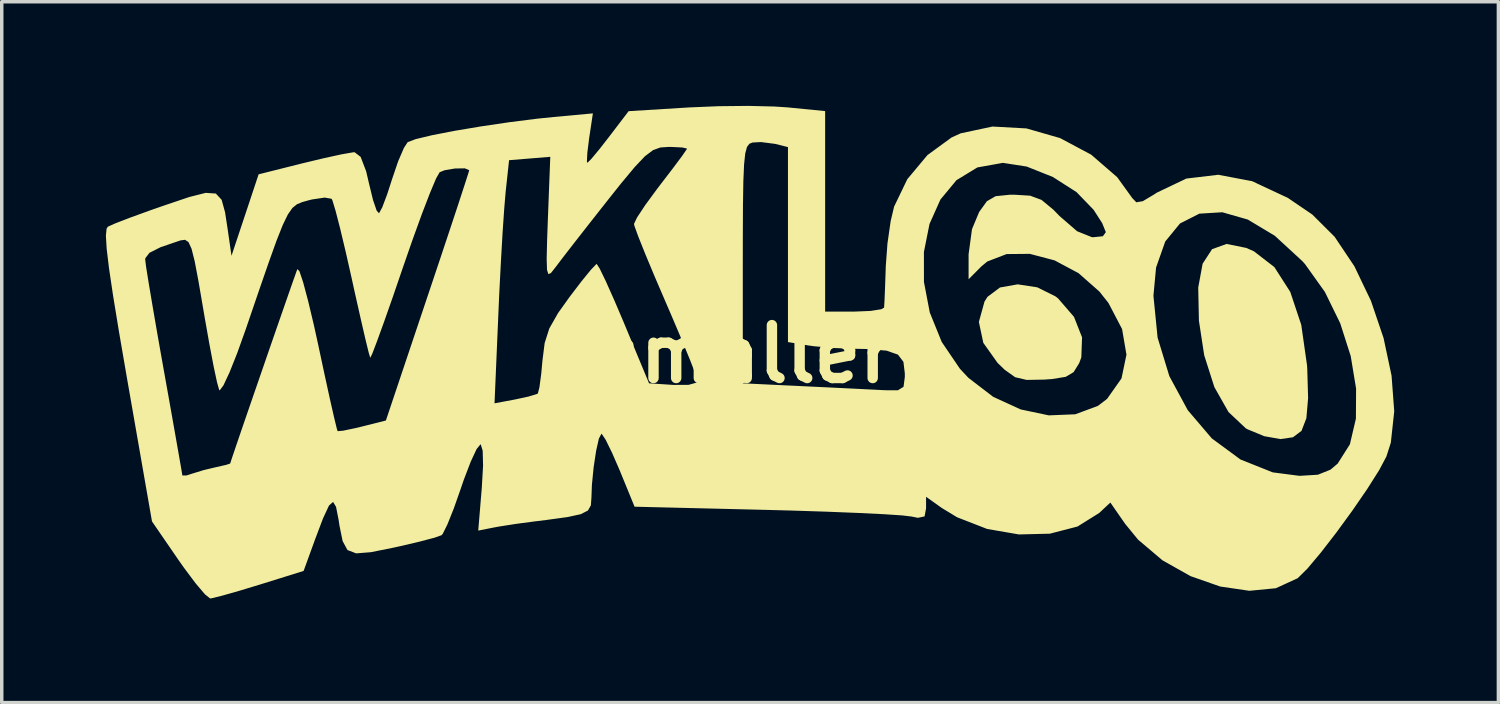
<source format=kicad_pcb>
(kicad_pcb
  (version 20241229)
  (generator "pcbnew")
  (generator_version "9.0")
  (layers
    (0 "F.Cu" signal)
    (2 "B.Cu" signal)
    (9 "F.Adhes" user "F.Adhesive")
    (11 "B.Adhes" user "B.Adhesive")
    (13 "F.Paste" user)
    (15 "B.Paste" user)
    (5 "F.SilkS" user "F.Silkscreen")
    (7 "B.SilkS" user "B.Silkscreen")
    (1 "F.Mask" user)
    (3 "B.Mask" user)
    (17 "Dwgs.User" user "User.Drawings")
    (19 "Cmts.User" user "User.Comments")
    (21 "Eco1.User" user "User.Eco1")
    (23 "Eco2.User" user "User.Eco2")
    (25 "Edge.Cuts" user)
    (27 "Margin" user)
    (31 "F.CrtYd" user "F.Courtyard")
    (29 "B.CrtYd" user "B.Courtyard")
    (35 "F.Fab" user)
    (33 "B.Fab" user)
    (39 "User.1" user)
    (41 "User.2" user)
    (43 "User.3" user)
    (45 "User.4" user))
  (footprint "smaller"
    (layer "F.Cu")
    (at 18.422 7.149)
    (property "Reference" "smaller" (at 0 0 0) (layer "F.SilkS") (effects (font (size 1.524 1.524) (thickness 0.3))))
    (attr board_only exclude_from_pos_files exclude_from_bom)
    (fp_poly (pts (xy 8.405 -1.923) (xy 8.928 -1.663) (xy 9.006 -1.602) (xy 9.463 -1.072) (xy 9.695 -0.482) (xy 9.674 0.094) (xy 9.611 0.263) (xy 9.452 0.519) (xy 9.225 0.655) (xy 8.83 0.719) (xy 8.599 0.735) (xy 8.1 0.744) (xy 7.768 0.666) (xy 7.468 0.453) (xy 7.261 0.253) (xy 6.851 -0.324) (xy 6.723 -0.926) (xy 6.885 -1.512) (xy 6.971 -1.649) (xy 7.33 -1.918) (xy 7.84 -2.009)) (stroke (width 0) (type solid)) (fill yes) (layer "F.SilkS"))
    (fp_poly (pts (xy 14.425 -3.058) (xy 14.645 -2.961) (xy 15.234 -2.506) (xy 15.692 -1.792) (xy 16.009 -0.842) (xy 16.175 0.322) (xy 16.182 0.433) (xy 16.206 1.27) (xy 16.156 1.849) (xy 16.016 2.211) (xy 15.77 2.396) (xy 15.411 2.448) (xy 14.942 2.365) (xy 14.456 2.164) (xy 14.411 2.138) (xy 13.913 1.669) (xy 13.506 0.951) (xy 13.213 0.033) (xy 13.061 -0.962) (xy 13.041 -1.917) (xy 13.168 -2.604) (xy 13.44 -3.022) (xy 13.859 -3.173)) (stroke (width 0) (type solid)) (fill yes) (layer "F.SilkS"))
    (fp_poly (pts (xy 0.834 -7.131) (xy 1.213 -7.106) (xy 2.295 -6.999) (xy 2.295 -1.224) (xy 3.137 -1.224) (xy 3.601 -1.243) (xy 3.913 -1.292) (xy 3.993 -1.339) (xy 4.005 -1.539) (xy 4.022 -1.957) (xy 4.041 -2.503) (xy 4.041 -2.525) (xy 4.072 -2.941) (xy 5.14 -2.941) (xy 5.141 -2.077) (xy 5.309 -1.198) (xy 5.653 -0.35) (xy 6.178 0.424) (xy 6.424 0.686) (xy 7.135 1.231) (xy 7.927 1.594) (xy 8.737 1.765) (xy 9.5 1.734) (xy 10.152 1.492) (xy 10.415 1.291) (xy 10.831 0.701) (xy 10.974 0.017) (xy 10.848 -0.721) (xy 10.455 -1.473) (xy 10.29 -1.681) (xy 11.751 -1.681) (xy 11.871 -0.474) (xy 12.21 0.637) (xy 12.74 1.616) (xy 13.432 2.428) (xy 14.258 3.036) (xy 15.188 3.407) (xy 15.958 3.507) (xy 16.487 3.475) (xy 16.849 3.33) (xy 17.058 3.154) (xy 17.41 2.598) (xy 17.583 1.859) (xy 17.588 0.993) (xy 17.434 0.059) (xy 17.131 -0.888) (xy 16.69 -1.789) (xy 16.121 -2.587) (xy 16.039 -2.679) (xy 15.246 -3.409) (xy 14.469 -3.875) (xy 13.735 -4.085) (xy 13.074 -4.045) (xy 12.516 -3.762) (xy 12.091 -3.243) (xy 11.827 -2.494) (xy 11.751 -1.681) (xy 10.29 -1.681) (xy 10.199 -1.797) (xy 9.595 -2.33) (xy 8.904 -2.699) (xy 8.19 -2.887) (xy 7.522 -2.881) (xy 6.966 -2.667) (xy 6.802 -2.532) (xy 6.427 -2.156) (xy 6.427 -2.876) (xy 6.525 -3.599) (xy 6.731 -4.093) (xy 6.954 -4.403) (xy 7.205 -4.548) (xy 7.607 -4.589) (xy 7.749 -4.59) (xy 8.199 -4.563) (xy 8.528 -4.441) (xy 8.864 -4.164) (xy 9.045 -3.978) (xy 9.553 -3.538) (xy 9.977 -3.368) (xy 10.016 -3.366) (xy 10.294 -3.394) (xy 10.38 -3.512) (xy 10.275 -3.772) (xy 10.028 -4.156) (xy 9.536 -4.665) (xy 8.855 -5.101) (xy 8.1 -5.402) (xy 7.414 -5.508) (xy 6.679 -5.376) (xy 6.078 -5.009) (xy 5.616 -4.452) (xy 5.301 -3.748) (xy 5.14 -2.941) (xy 4.072 -2.941) (xy 4.09 -3.185) (xy 4.182 -3.828) (xy 4.281 -4.247) (xy 4.662 -5.038) (xy 5.241 -5.731) (xy 5.936 -6.239) (xy 6.2 -6.359) (xy 7.115 -6.554) (xy 8.094 -6.5) (xy 9.064 -6.221) (xy 9.958 -5.744) (xy 10.707 -5.096) (xy 11.142 -4.493) (xy 11.258 -4.372) (xy 11.445 -4.404) (xy 11.782 -4.605) (xy 11.849 -4.65) (xy 12.7 -5.056) (xy 13.618 -5.165) (xy 14.594 -4.98) (xy 15.621 -4.5) (xy 16.328 -4.019) (xy 16.969 -3.38) (xy 17.539 -2.53) (xy 18.016 -1.534) (xy 18.38 -0.461) (xy 18.61 0.622) (xy 18.687 1.648) (xy 18.589 2.551) (xy 18.461 2.95) (xy 18.255 3.339) (xy 17.914 3.878) (xy 17.487 4.5) (xy 17.023 5.136) (xy 16.573 5.718) (xy 16.185 6.18) (xy 15.91 6.452) (xy 15.905 6.456) (xy 15.278 6.744) (xy 14.514 6.818) (xy 13.675 6.695) (xy 12.82 6.396) (xy 12.011 5.94) (xy 11.309 5.345) (xy 10.937 4.891) (xy 10.51 4.276) (xy 10.19 4.576) (xy 9.564 4.967) (xy 8.768 5.173) (xy 7.877 5.195) (xy 6.961 5.037) (xy 6.095 4.7) (xy 5.651 4.43) (xy 5.202 4.11) (xy 5.202 4.445) (xy 5.159 4.675) (xy 4.969 4.716) (xy 4.782 4.679) (xy 4.515 4.647) (xy 3.99 4.612) (xy 3.253 4.576) (xy 2.354 4.54) (xy 1.339 4.507) (xy 0.583 4.487) (xy -3.194 4.396) (xy -3.624 3.346) (xy -3.844 2.84) (xy -4.027 2.467) (xy -4.14 2.299) (xy -4.149 2.296) (xy -4.222 2.433) (xy -4.301 2.784) (xy -4.373 3.259) (xy -4.423 3.766) (xy -4.437 4.141) (xy -4.453 4.357) (xy -4.537 4.506) (xy -4.743 4.611) (xy -5.124 4.694) (xy -5.735 4.778) (xy -6.044 4.816) (xy -6.596 4.889) (xy -7.097 4.967) (xy -7.253 4.996) (xy -7.697 5.084) (xy -7.594 3.843) (xy -7.558 3.211) (xy -7.569 2.783) (xy -7.624 2.604) (xy -7.634 2.601) (xy -7.744 2.736) (xy -7.913 3.098) (xy -8.112 3.618) (xy -8.196 3.864) (xy -8.4 4.444) (xy -8.585 4.906) (xy -8.72 5.178) (xy -8.752 5.216) (xy -8.958 5.289) (xy -9.383 5.401) (xy -9.946 5.533) (xy -10.128 5.573) (xy -10.789 5.706) (xy -11.213 5.74) (xy -11.464 5.644) (xy -11.603 5.387) (xy -11.695 4.936) (xy -11.72 4.77) (xy -11.793 4.399) (xy -11.878 4.258) (xy -11.996 4.363) (xy -12.167 4.73) (xy -12.384 5.303) (xy -12.727 6.246) (xy -13.998 6.642) (xy -14.589 6.821) (xy -15.072 6.958) (xy -15.37 7.032) (xy -15.419 7.039) (xy -15.568 6.92) (xy -15.836 6.605) (xy -16.177 6.149) (xy -16.332 5.929) (xy -17.094 4.82) (xy -17.825 0.634) (xy -18.049 -0.668) (xy -18.217 -1.697) (xy -18.333 -2.478) (xy -18.362 -2.72) (xy -17.29 -2.72) (xy -17.264 -2.515) (xy -17.191 -2.058) (xy -17.08 -1.399) (xy -16.94 -0.586) (xy -16.778 0.33) (xy -16.755 0.459) (xy -16.591 1.374) (xy -16.448 2.182) (xy -16.333 2.834) (xy -16.254 3.286) (xy -16.22 3.491) (xy -16.22 3.497) (xy -16.102 3.497) (xy -15.952 3.448) (xy -15.596 3.339) (xy -15.263 3.26) (xy -14.959 3.191) (xy -14.842 3.152) (xy -14.795 3.006) (xy -14.666 2.625) (xy -14.474 2.063) (xy -14.237 1.375) (xy -13.974 0.614) (xy -13.705 -0.166) (xy -13.447 -0.909) (xy -13.219 -1.564) (xy -13.041 -2.074) (xy -12.93 -2.386) (xy -12.907 -2.448) (xy -12.847 -2.386) (xy -12.74 -2.067) (xy -12.598 -1.535) (xy -12.431 -0.835) (xy -12.302 -0.246) (xy -12.127 0.573) (xy -11.973 1.278) (xy -11.85 1.82) (xy -11.771 2.146) (xy -11.747 2.22) (xy -11.588 2.206) (xy -11.234 2.132) (xy -11.031 2.083) (xy -10.357 1.913) (xy -10.191 1.418) (xy -7.228 1.418) (xy -6.636 1.307) (xy -6.244 1.222) (xy -6.004 1.148) (xy -5.98 1.134) (xy -5.935 0.959) (xy -5.883 0.572) (xy -5.848 0.191) (xy -5.784 -0.318) (xy -5.65 -0.738) (xy -5.399 -1.18) (xy -5.07 -1.641) (xy -4.726 -2.092) (xy -4.452 -2.428) (xy -4.297 -2.59) (xy -4.284 -2.596) (xy -4.2 -2.465) (xy -4.025 -2.104) (xy -3.786 -1.569) (xy -3.506 -0.913) (xy -3.492 -0.879) (xy -2.777 0.842) (xy -2.077 0.888) (xy -1.639 0.886) (xy -1.481 0.842) (xy -0.077 0.842) (xy 1.683 0.926) (xy 2.45 0.963) (xy 3.162 0.998) (xy 3.728 1.026) (xy 4.017 1.041) (xy 4.392 1.042) (xy 4.553 0.942) (xy 4.59 0.662) (xy 4.59 0.553) (xy 4.55 0.224) (xy 4.392 0.015) (xy 4.064 -0.099) (xy 3.512 -0.146) (xy 3.137 -0.153) (xy 2.543 -0.175) (xy 1.966 -0.227) (xy 1.798 -0.251) (xy 1.224 -0.346) (xy 1.224 -5.962) (xy 0.854 -6.055) (xy 0.447 -6.107) (xy 0.203 -6.094) (xy 0.113 -6.058) (xy 0.044 -5.967) (xy -0.006 -5.781) (xy -0.04 -5.464) (xy -0.061 -4.978) (xy -0.072 -4.285) (xy -0.076 -3.348) (xy -0.077 -2.599) (xy -0.077 0.842) (xy -1.481 0.842) (xy -1.4 0.819) (xy -1.377 0.776) (xy -1.435 0.587) (xy -1.596 0.171) (xy -1.838 -0.419) (xy -2.139 -1.128) (xy -2.295 -1.489) (xy -2.616 -2.236) (xy -2.888 -2.888) (xy -3.089 -3.391) (xy -3.198 -3.692) (xy -3.211 -3.749) (xy -3.123 -3.934) (xy -2.888 -4.29) (xy -2.552 -4.748) (xy -2.447 -4.886) (xy -2.094 -5.346) (xy -1.827 -5.704) (xy -1.692 -5.9) (xy -1.683 -5.919) (xy -1.818 -5.951) (xy -2.149 -5.967) (xy -2.219 -5.967) (xy -2.452 -5.951) (xy -2.663 -5.874) (xy -2.895 -5.699) (xy -3.191 -5.386) (xy -3.598 -4.897) (xy -3.987 -4.407) (xy -4.478 -3.784) (xy -4.921 -3.218) (xy -5.271 -2.766) (xy -5.48 -2.49) (xy -5.49 -2.478) (xy -5.604 -2.334) (xy -5.677 -2.303) (xy -5.716 -2.425) (xy -5.726 -2.741) (xy -5.713 -3.291) (xy -5.691 -3.895) (xy -5.622 -5.682) (xy -6.809 -5.585) (xy -6.908 -4.667) (xy -6.948 -4.196) (xy -6.996 -3.496) (xy -7.045 -2.643) (xy -7.093 -1.713) (xy -7.117 -1.165) (xy -7.228 1.418) (xy -10.191 1.418) (xy -9.157 -1.663) (xy -8.826 -2.65) (xy -8.53 -3.538) (xy -8.282 -4.286) (xy -8.096 -4.855) (xy -7.984 -5.203) (xy -7.957 -5.297) (xy -8.082 -5.35) (xy -8.366 -5.346) (xy -8.665 -5.296) (xy -8.809 -5.238) (xy -8.909 -5.063) (xy -9.085 -4.646) (xy -9.32 -4.035) (xy -9.595 -3.277) (xy -9.869 -2.488) (xy -10.155 -1.653) (xy -10.409 -0.931) (xy -10.613 -0.368) (xy -10.751 -0.007) (xy -10.808 0.107) (xy -10.854 -0.05) (xy -10.952 -0.452) (xy -11.089 -1.047) (xy -11.254 -1.78) (xy -11.335 -2.149) (xy -11.512 -2.935) (xy -11.674 -3.614) (xy -11.807 -4.13) (xy -11.897 -4.426) (xy -11.92 -4.473) (xy -12.119 -4.508) (xy -12.484 -4.454) (xy -12.581 -4.43) (xy -12.767 -4.378) (xy -12.918 -4.316) (xy -13.05 -4.209) (xy -13.181 -4.021) (xy -13.328 -3.718) (xy -13.508 -3.264) (xy -13.738 -2.623) (xy -14.036 -1.762) (xy -14.39 -0.725) (xy -14.639 -0.03) (xy -14.861 0.528) (xy -15.036 0.901) (xy -15.143 1.044) (xy -15.158 1.034) (xy -15.219 0.819) (xy -15.317 0.363) (xy -15.438 -0.273) (xy -15.572 -1.029) (xy -15.612 -1.264) (xy -15.755 -2.098) (xy -15.864 -2.673) (xy -15.955 -3.035) (xy -16.043 -3.226) (xy -16.142 -3.292) (xy -16.267 -3.276) (xy -16.284 -3.271) (xy -16.849 -3.078) (xy -17.166 -2.918) (xy -17.285 -2.764) (xy -17.29 -2.72) (xy -18.362 -2.72) (xy -18.4 -3.04) (xy -18.422 -3.409) (xy -18.402 -3.612) (xy -18.366 -3.669) (xy -18.147 -3.767) (xy -17.711 -3.935) (xy -17.129 -4.146) (xy -16.724 -4.287) (xy -16.018 -4.525) (xy -15.547 -4.644) (xy -15.255 -4.624) (xy -15.088 -4.444) (xy -14.989 -4.084) (xy -14.917 -3.614) (xy -14.804 -2.831) (xy -14.023 -5.178) (xy -12.755 -5.496) (xy -12.147 -5.642) (xy -11.638 -5.753) (xy -11.311 -5.81) (xy -11.258 -5.814) (xy -11.084 -5.68) (xy -10.926 -5.266) (xy -10.841 -4.905) (xy -10.728 -4.439) (xy -10.623 -4.133) (xy -10.555 -4.056) (xy -10.463 -4.224) (xy -10.321 -4.6) (xy -10.177 -5.044) (xy -10.005 -5.55) (xy -9.838 -5.938) (xy -9.73 -6.104) (xy -9.498 -6.192) (xy -9.025 -6.305) (xy -8.376 -6.431) (xy -7.613 -6.559) (xy -6.801 -6.679) (xy -6.003 -6.78) (xy -5.526 -6.829) (xy -4.395 -6.933) (xy -4.502 -6.221) (xy -4.554 -5.804) (xy -4.567 -5.548) (xy -4.555 -5.508) (xy -4.441 -5.62) (xy -4.2 -5.91) (xy -3.933 -6.253) (xy -3.365 -6.997) (xy -1.617 -7.105) (xy -0.778 -7.14) (xy 0.08 -7.149)) (stroke (width 0) (type solid)) (fill yes) (layer "F.SilkS")))
  (gr_rect
    (start -3 -3)
    (end 40.109 17.188)
    (stroke (width 0.1) (type default))
    (fill no)
    (layer "Edge.Cuts")))
</source>
